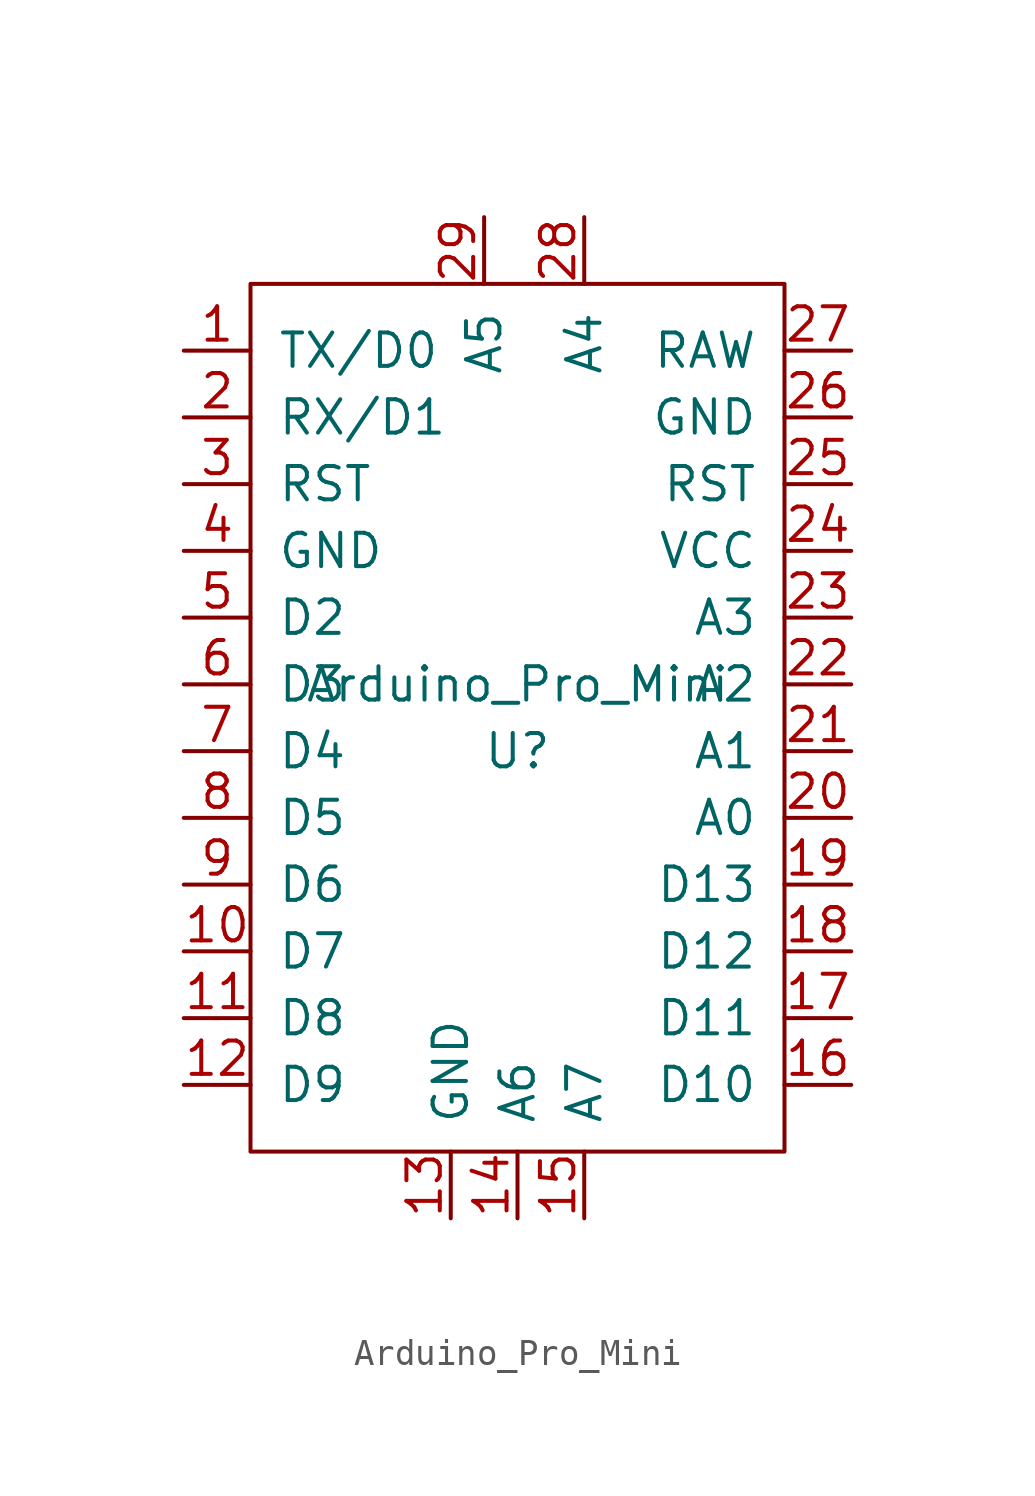
<source format=kicad_sym>
(kicad_symbol_lib
  (version 20211014)
  (generator kicad_symbol_editor)
  (symbol "Arduino_Pro_Mini"
    (pin_names
      (offset 1.016))
    (property "Reference" "U"
      (at 17.78 -24.13 0)
      (effects (font (size 1.27 1.27))))
    (property "Value" "Arduino_Pro_Mini"
      (at 17.78 -21.59 0)
      (effects (font (size 1.27 1.27))))
    (symbol "Arduino_Pro_Mini_0_1"
      (rectangle (start 7.62 -6.35) (end 27.94 -39.37) (stroke (width 0) (type default) (color 0 0 0 0)) (fill (type none))))
    (symbol "Arduino_Pro_Mini_1_1"
      (pin bidirectional line (at 5.08 -8.89 0) (length 2.54) (name "TX/D0" (effects (font (size 1.27 1.27)))) (number "1" (effects (font (size 1.27 1.27)))))
      (pin bidirectional line (at 5.08 -31.75 0) (length 2.54) (name "D7" (effects (font (size 1.27 1.27)))) (number "10" (effects (font (size 1.27 1.27)))))
      (pin bidirectional line (at 5.08 -34.29 0) (length 2.54) (name "D8" (effects (font (size 1.27 1.27)))) (number "11" (effects (font (size 1.27 1.27)))))
      (pin bidirectional line (at 5.08 -36.83 0) (length 2.54) (name "D9" (effects (font (size 1.27 1.27)))) (number "12" (effects (font (size 1.27 1.27)))))
      (pin input line (at 15.24 -41.91 90) (length 2.54) (name "GND" (effects (font (size 1.27 1.27)))) (number "13" (effects (font (size 1.27 1.27)))))
      (pin input line (at 17.78 -41.91 90) (length 2.54) (name "A6" (effects (font (size 1.27 1.27)))) (number "14" (effects (font (size 1.27 1.27)))))
      (pin input line (at 20.32 -41.91 90) (length 2.54) (name "A7" (effects (font (size 1.27 1.27)))) (number "15" (effects (font (size 1.27 1.27)))))
      (pin bidirectional line (at 30.48 -36.83 180) (length 2.54) (name "D10" (effects (font (size 1.27 1.27)))) (number "16" (effects (font (size 1.27 1.27)))))
      (pin bidirectional line (at 30.48 -34.29 180) (length 2.54) (name "D11" (effects (font (size 1.27 1.27)))) (number "17" (effects (font (size 1.27 1.27)))))
      (pin bidirectional line (at 30.48 -31.75 180) (length 2.54) (name "D12" (effects (font (size 1.27 1.27)))) (number "18" (effects (font (size 1.27 1.27)))))
      (pin bidirectional line (at 30.48 -29.21 180) (length 2.54) (name "D13" (effects (font (size 1.27 1.27)))) (number "19" (effects (font (size 1.27 1.27)))))
      (pin bidirectional line (at 5.08 -11.43 0) (length 2.54) (name "RX/D1" (effects (font (size 1.27 1.27)))) (number "2" (effects (font (size 1.27 1.27)))))
      (pin input line (at 30.48 -26.67 180) (length 2.54) (name "A0" (effects (font (size 1.27 1.27)))) (number "20" (effects (font (size 1.27 1.27)))))
      (pin input line (at 30.48 -24.13 180) (length 2.54) (name "A1" (effects (font (size 1.27 1.27)))) (number "21" (effects (font (size 1.27 1.27)))))
      (pin input line (at 30.48 -21.59 180) (length 2.54) (name "A2" (effects (font (size 1.27 1.27)))) (number "22" (effects (font (size 1.27 1.27)))))
      (pin input line (at 30.48 -19.05 180) (length 2.54) (name "A3" (effects (font (size 1.27 1.27)))) (number "23" (effects (font (size 1.27 1.27)))))
      (pin input line (at 30.48 -16.51 180) (length 2.54) (name "VCC" (effects (font (size 1.27 1.27)))) (number "24" (effects (font (size 1.27 1.27)))))
      (pin input line (at 30.48 -13.97 180) (length 2.54) (name "RST" (effects (font (size 1.27 1.27)))) (number "25" (effects (font (size 1.27 1.27)))))
      (pin input line (at 30.48 -11.43 180) (length 2.54) (name "GND" (effects (font (size 1.27 1.27)))) (number "26" (effects (font (size 1.27 1.27)))))
      (pin input line (at 30.48 -8.89 180) (length 2.54) (name "RAW" (effects (font (size 1.27 1.27)))) (number "27" (effects (font (size 1.27 1.27)))))
      (pin bidirectional line (at 20.32 -3.81 270) (length 2.54) (name "A4" (effects (font (size 1.27 1.27)))) (number "28" (effects (font (size 1.27 1.27)))))
      (pin bidirectional line (at 16.51 -3.81 270) (length 2.54) (name "A5" (effects (font (size 1.27 1.27)))) (number "29" (effects (font (size 1.27 1.27)))))
      (pin input line (at 5.08 -13.97 0) (length 2.54) (name "RST" (effects (font (size 1.27 1.27)))) (number "3" (effects (font (size 1.27 1.27)))))
      (pin input line (at 5.08 -16.51 0) (length 2.54) (name "GND" (effects (font (size 1.27 1.27)))) (number "4" (effects (font (size 1.27 1.27)))))
      (pin bidirectional line (at 5.08 -19.05 0) (length 2.54) (name "D2" (effects (font (size 1.27 1.27)))) (number "5" (effects (font (size 1.27 1.27)))))
      (pin bidirectional line (at 5.08 -21.59 0) (length 2.54) (name "D3" (effects (font (size 1.27 1.27)))) (number "6" (effects (font (size 1.27 1.27)))))
      (pin bidirectional line (at 5.08 -24.13 0) (length 2.54) (name "D4" (effects (font (size 1.27 1.27)))) (number "7" (effects (font (size 1.27 1.27)))))
      (pin bidirectional line (at 5.08 -26.67 0) (length 2.54) (name "D5" (effects (font (size 1.27 1.27)))) (number "8" (effects (font (size 1.27 1.27)))))
      (pin bidirectional line (at 5.08 -29.21 0) (length 2.54) (name "D6" (effects (font (size 1.27 1.27)))) (number "9" (effects (font (size 1.27 1.27))))))))
</source>
